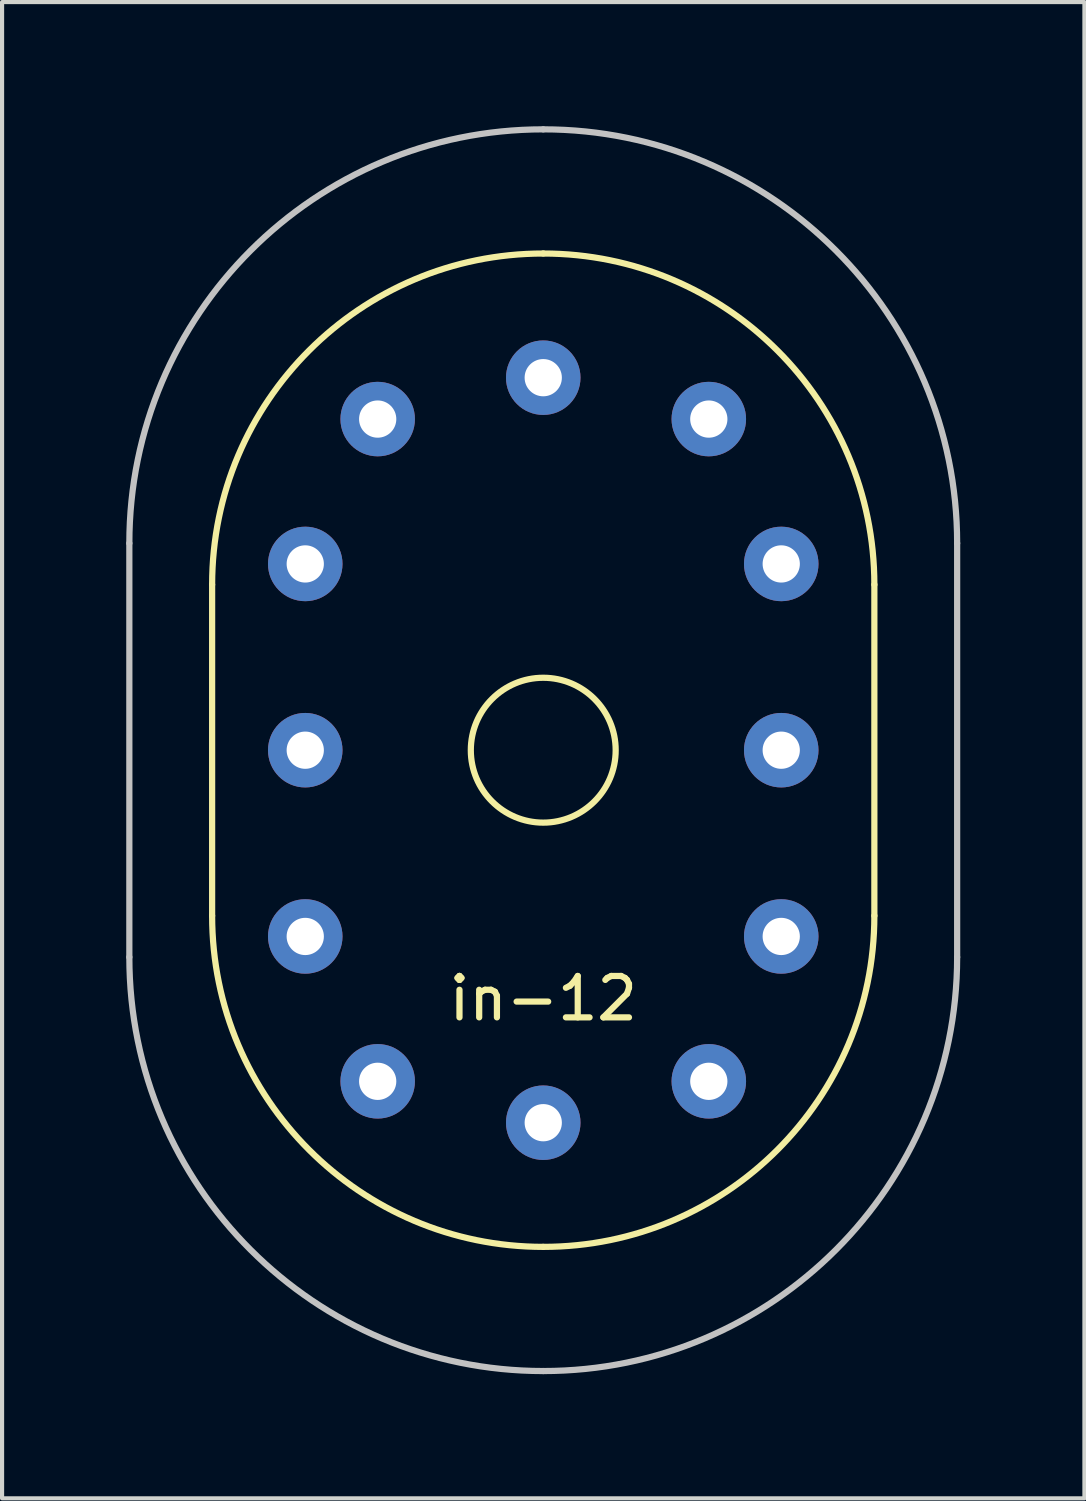
<source format=kicad_pcb>
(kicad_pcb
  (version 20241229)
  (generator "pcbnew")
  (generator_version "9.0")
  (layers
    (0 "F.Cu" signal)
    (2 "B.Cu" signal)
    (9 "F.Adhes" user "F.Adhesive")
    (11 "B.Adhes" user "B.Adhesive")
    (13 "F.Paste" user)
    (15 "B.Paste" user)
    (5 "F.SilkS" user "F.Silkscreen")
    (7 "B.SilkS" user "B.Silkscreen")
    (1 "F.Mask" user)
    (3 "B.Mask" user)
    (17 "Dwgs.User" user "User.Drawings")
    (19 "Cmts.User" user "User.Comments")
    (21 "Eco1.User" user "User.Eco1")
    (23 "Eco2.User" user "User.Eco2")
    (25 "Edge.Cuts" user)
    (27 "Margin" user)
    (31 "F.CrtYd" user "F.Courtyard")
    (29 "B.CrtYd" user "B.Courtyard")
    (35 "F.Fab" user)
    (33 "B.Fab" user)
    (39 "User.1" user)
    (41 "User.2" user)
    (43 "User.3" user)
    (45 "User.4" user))
  (footprint "in-12"
    (layer "F.Cu")
    (at 10.075 15.075)
    (property "Reference" "in-12" (at 0 6 0) (layer "F.SilkS") (effects (font (size 1 1) (thickness 0.15))))
    (attr through_hole)
    (fp_line (start -8 -4) (end -8 4) (stroke (width 0.15) (type solid)) (layer "F.SilkS"))
    (fp_line (start 8 -4) (end 8 4) (stroke (width 0.15) (type solid)) (layer "F.SilkS"))
    (fp_arc (start -8 -4) (mid -5.656854 -9.656854) (end 0 -12) (stroke (width 0.15) (type solid)) (layer "F.SilkS"))
    (fp_arc (start 0 -12) (mid 5.656854 -9.656854) (end 8 -4) (stroke (width 0.15) (type solid)) (layer "F.SilkS"))
    (fp_arc (start 0 12) (mid -5.656854 9.656854) (end -8 4) (stroke (width 0.15) (type solid)) (layer "F.SilkS"))
    (fp_arc (start 8 4) (mid 5.656854 9.656854) (end 0 12) (stroke (width 0.15) (type solid)) (layer "F.SilkS"))
    (fp_circle (center 0 0) (end 1.75 0) (stroke (width 0.15) (type solid)) (fill no) (layer "F.SilkS"))
    (fp_line (start -10 -5) (end -10 5) (stroke (width 0.15) (type solid)) (layer "Dwgs.User"))
    (fp_line (start 10 -5) (end 10 5) (stroke (width 0.15) (type solid)) (layer "Dwgs.User"))
    (fp_arc (start -10 -5) (mid -7.071068 -12.071068) (end 0 -15) (stroke (width 0.15) (type solid)) (layer "Dwgs.User"))
    (fp_arc (start 0 -15) (mid 7.071068 -12.071068) (end 10 -5) (stroke (width 0.15) (type solid)) (layer "Dwgs.User"))
    (fp_arc (start 0 15) (mid -7.071068 12.071068) (end -10 5) (stroke (width 0.15) (type solid)) (layer "Dwgs.User"))
    (fp_arc (start 10 5) (mid 7.071068 12.071068) (end 0 15) (stroke (width 0.15) (type solid)) (layer "Dwgs.User"))
    (pad "0" thru_hole circle (at 5.75 4.5) (size 1.8 1.8) (drill 0.9) (layers "*.Cu" "*.Mask"))
    (pad "1" thru_hole circle (at -4 8) (size 1.8 1.8) (drill 0.9) (layers "*.Cu" "*.Mask"))
    (pad "2" thru_hole circle (at -5.75 4.5) (size 1.8 1.8) (drill 0.9) (layers "*.Cu" "*.Mask"))
    (pad "3" thru_hole circle (at -5.75 0) (size 1.8 1.8) (drill 0.9) (layers "*.Cu" "*.Mask"))
    (pad "4" thru_hole circle (at -5.75 -4.5) (size 1.8 1.8) (drill 0.9) (layers "*.Cu" "*.Mask"))
    (pad "5" thru_hole circle (at -4 -8) (size 1.8 1.8) (drill 0.9) (layers "*.Cu" "*.Mask"))
    (pad "6" thru_hole circle (at 0 -9) (size 1.8 1.8) (drill 0.9) (layers "*.Cu" "*.Mask"))
    (pad "7" thru_hole circle (at 4 -8) (size 1.8 1.8) (drill 0.9) (layers "*.Cu" "*.Mask"))
    (pad "8" thru_hole circle (at 5.75 -4.5) (size 1.8 1.8) (drill 0.9) (layers "*.Cu" "*.Mask"))
    (pad "9" thru_hole circle (at 5.75 0) (size 1.8 1.8) (drill 0.9) (layers "*.Cu" "*.Mask"))
    (pad "A" thru_hole circle (at 4 8) (size 1.8 1.8) (drill 0.9) (layers "*.Cu" "*.Mask"))
    (pad "LHDP" thru_hole circle (at 0 9) (size 1.8 1.8) (drill 0.9) (layers "*.Cu" "*.Mask")))
  (gr_rect
    (start -3 -3)
    (end 23.15 33.15)
    (stroke (width 0.1) (type default))
    (fill no)
    (layer "Edge.Cuts")))
</source>
